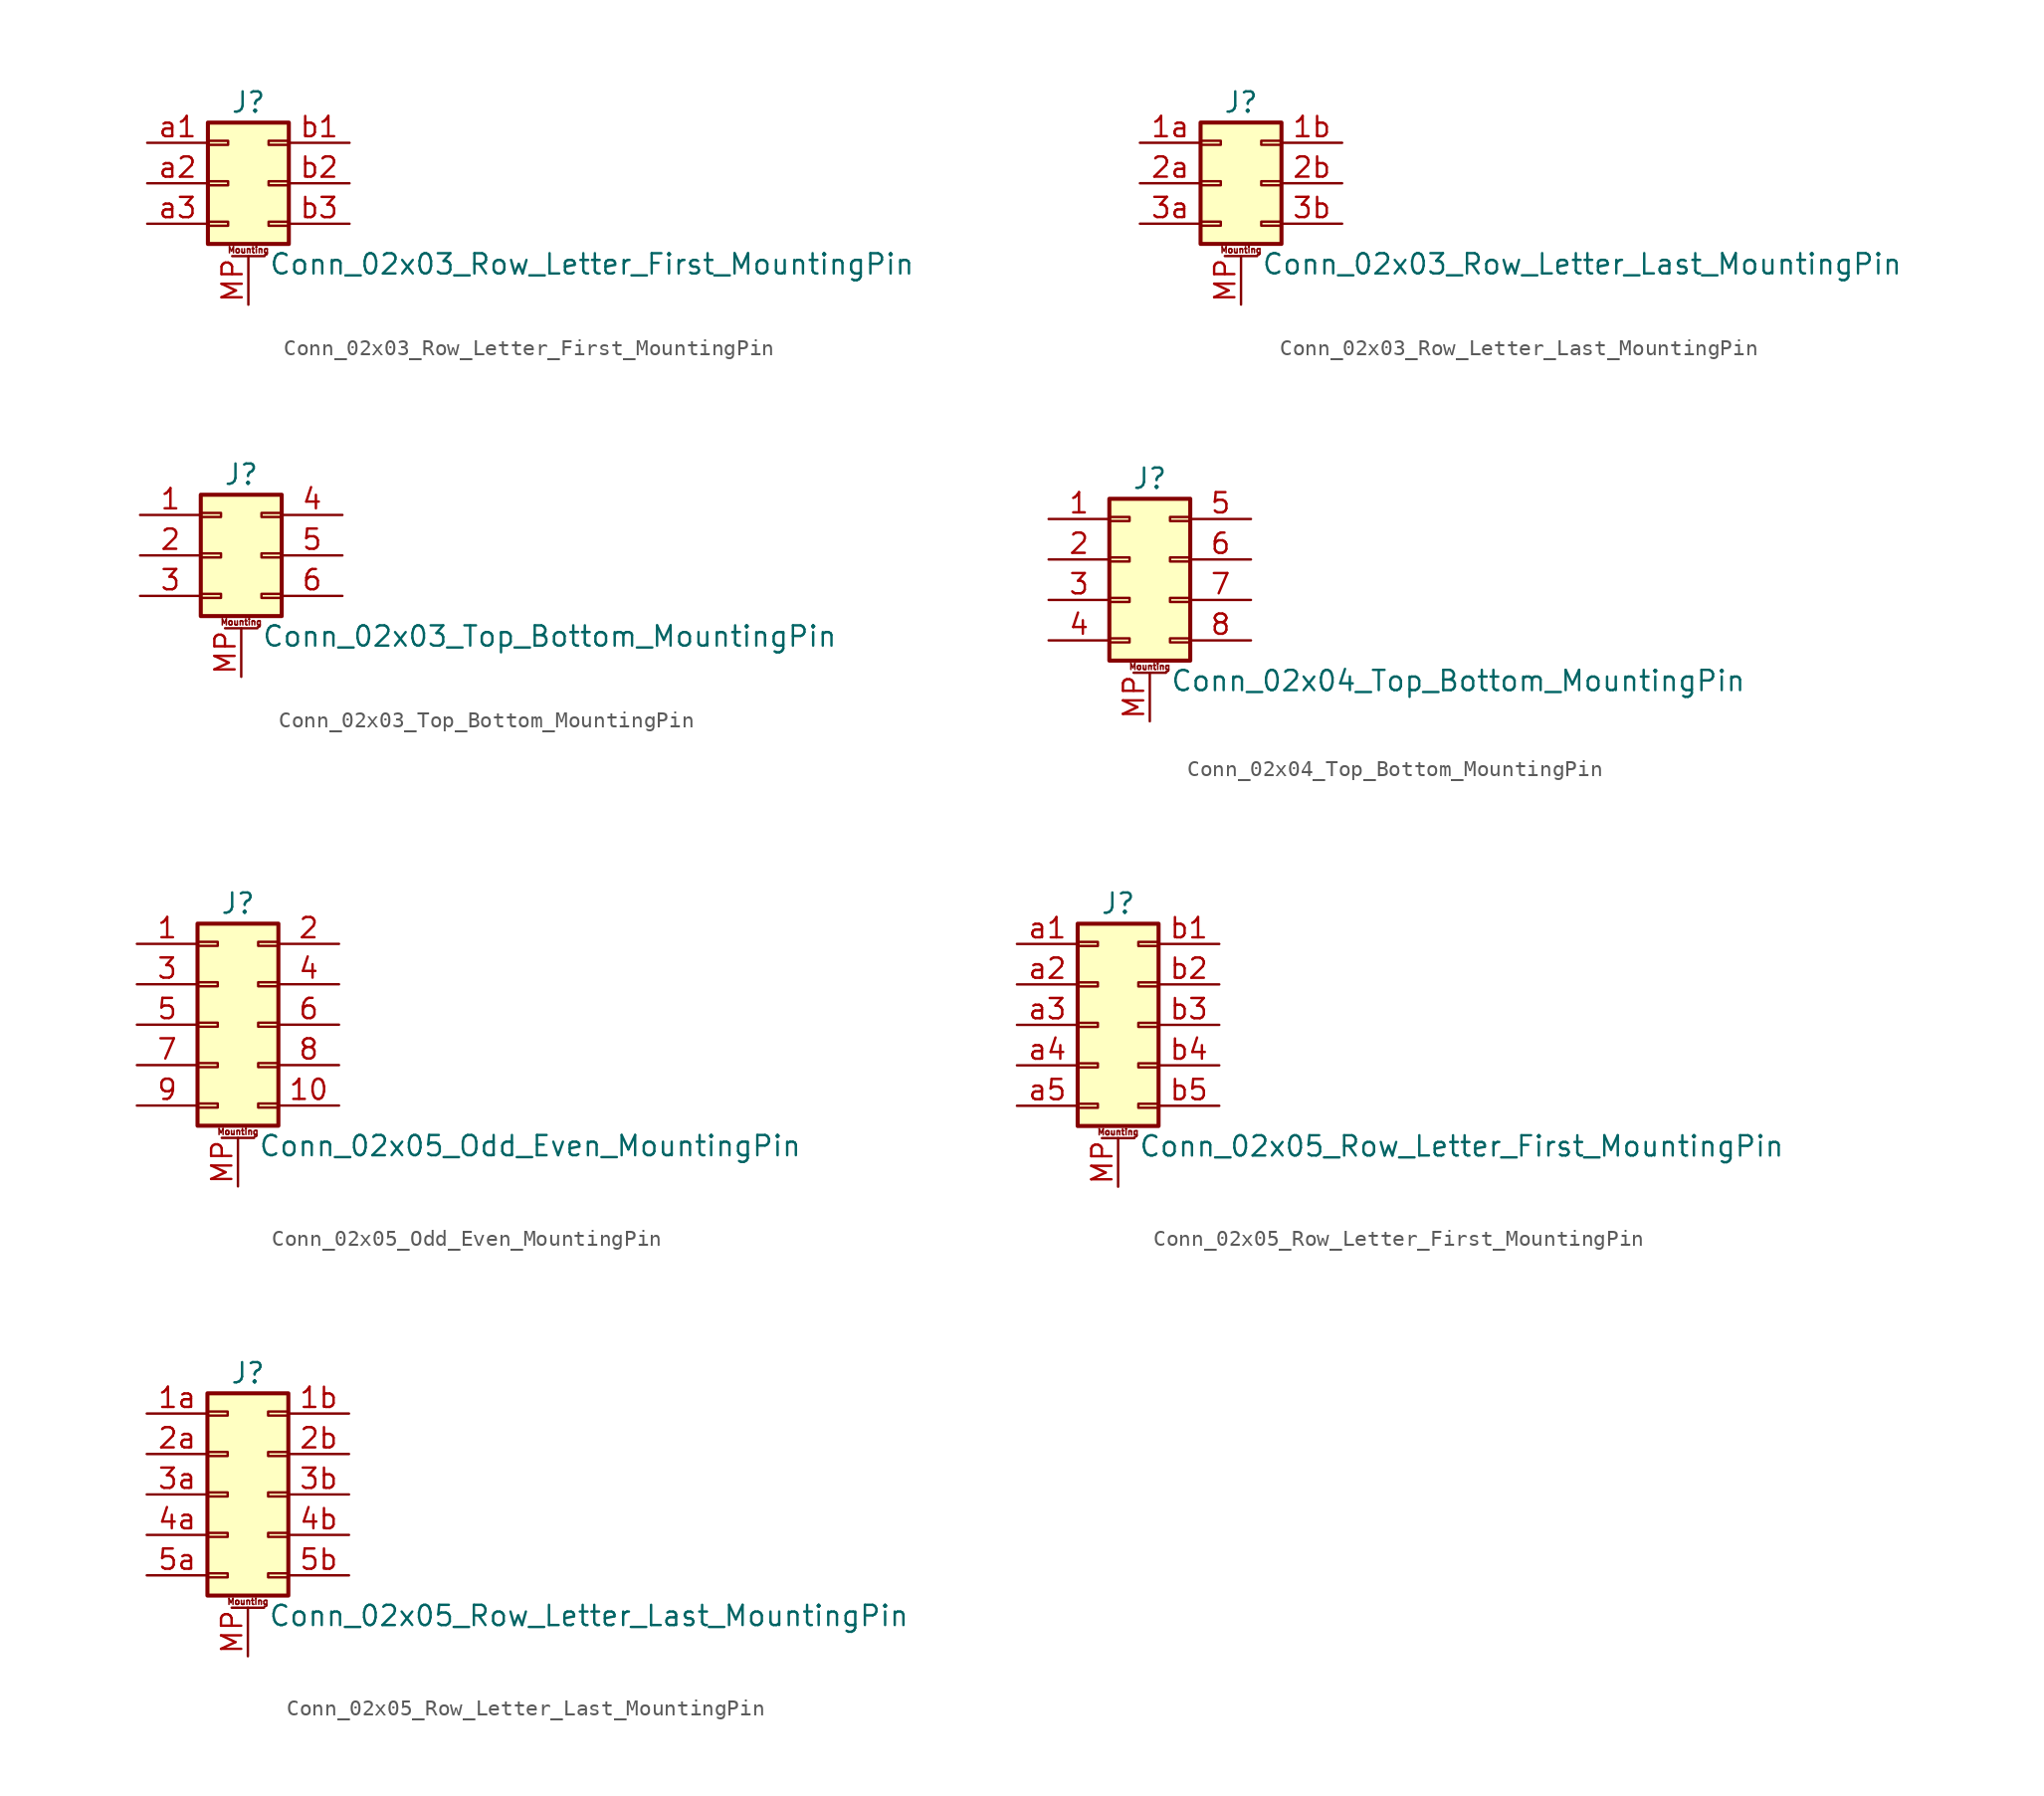
<source format=kicad_sym>
(kicad_symbol_lib
  (version 20201005)
  (generator kicad_symbol_editor)
  (symbol "Connector_Generic_MountingPin:Conn_02x03_Row_Letter_First_MountingPin"
    (pin_names
      (offset 1.016) hide)
    (property "Reference" "J"
      (at 1.27 5.08 0)
      (effects (font (size 1.27 1.27))))
    (property "Value" "Conn_02x03_Row_Letter_First_MountingPin"
      (at 2.54 -5.08 0)
      (effects (font (size 1.27 1.27)) (justify left)))
    (symbol "Conn_02x03_Row_Letter_First_MountingPin_1_1"
      (text "Mounting" (at 1.27 -4.191 0) (effects (font (size 0.381 0.381))))
      (rectangle (start -1.27 -2.413) (end 0 -2.667) (stroke (width 0.152)) (fill (type none)))
      (rectangle (start -1.27 2.667) (end 0 2.413) (stroke (width 0.152)) (fill (type none)))
      (rectangle (start -1.27 3.81) (end 3.81 -3.81) (stroke (width 0.254)) (fill (type background)))
      (rectangle (start -1.27 0.127) (end 0 -0.127) (stroke (width 0.152)) (fill (type none)))
      (rectangle (start 3.81 -2.413) (end 2.54 -2.667) (stroke (width 0.152)) (fill (type none)))
      (rectangle (start 3.81 2.667) (end 2.54 2.413) (stroke (width 0.152)) (fill (type none)))
      (rectangle (start 3.81 0.127) (end 2.54 -0.127) (stroke (width 0.152)) (fill (type none)))
      (polyline (pts (xy 0.254 -4.572) (xy 2.286 -4.572)) (stroke (width 0.152)) (fill (type none)))
      (pin passive line (at 1.27 -7.62 90) (length 3.048) (name "MountPin" (effects (font (size 1.27 1.27)))) (number "MP" (effects (font (size 1.27 1.27)))))
      (pin passive line (at -5.08 2.54 0) (length 3.81) (name "Pin_a1" (effects (font (size 1.27 1.27)))) (number "a1" (effects (font (size 1.27 1.27)))))
      (pin passive line (at -5.08 0 0) (length 3.81) (name "Pin_a2" (effects (font (size 1.27 1.27)))) (number "a2" (effects (font (size 1.27 1.27)))))
      (pin passive line (at -5.08 -2.54 0) (length 3.81) (name "Pin_a3" (effects (font (size 1.27 1.27)))) (number "a3" (effects (font (size 1.27 1.27)))))
      (pin passive line (at 7.62 2.54 180) (length 3.81) (name "Pin_b1" (effects (font (size 1.27 1.27)))) (number "b1" (effects (font (size 1.27 1.27)))))
      (pin passive line (at 7.62 0 180) (length 3.81) (name "Pin_b2" (effects (font (size 1.27 1.27)))) (number "b2" (effects (font (size 1.27 1.27)))))
      (pin passive line (at 7.62 -2.54 180) (length 3.81) (name "Pin_b3" (effects (font (size 1.27 1.27)))) (number "b3" (effects (font (size 1.27 1.27)))))))
  (symbol "Connector_Generic_MountingPin:Conn_02x03_Row_Letter_Last_MountingPin"
    (pin_names
      (offset 1.016) hide)
    (property "Reference" "J"
      (at 1.27 5.08 0)
      (effects (font (size 1.27 1.27))))
    (property "Value" "Conn_02x03_Row_Letter_Last_MountingPin"
      (at 2.54 -5.08 0)
      (effects (font (size 1.27 1.27)) (justify left)))
    (symbol "Conn_02x03_Row_Letter_Last_MountingPin_1_1"
      (text "Mounting" (at 1.27 -4.191 0) (effects (font (size 0.381 0.381))))
      (rectangle (start -1.27 -2.413) (end 0 -2.667) (stroke (width 0.152)) (fill (type none)))
      (rectangle (start -1.27 2.667) (end 0 2.413) (stroke (width 0.152)) (fill (type none)))
      (rectangle (start -1.27 3.81) (end 3.81 -3.81) (stroke (width 0.254)) (fill (type background)))
      (rectangle (start -1.27 0.127) (end 0 -0.127) (stroke (width 0.152)) (fill (type none)))
      (rectangle (start 3.81 -2.413) (end 2.54 -2.667) (stroke (width 0.152)) (fill (type none)))
      (rectangle (start 3.81 2.667) (end 2.54 2.413) (stroke (width 0.152)) (fill (type none)))
      (rectangle (start 3.81 0.127) (end 2.54 -0.127) (stroke (width 0.152)) (fill (type none)))
      (polyline (pts (xy 0.254 -4.572) (xy 2.286 -4.572)) (stroke (width 0.152)) (fill (type none)))
      (pin passive line (at 1.27 -7.62 90) (length 3.048) (name "MountPin" (effects (font (size 1.27 1.27)))) (number "MP" (effects (font (size 1.27 1.27)))))
      (pin passive line (at -5.08 2.54 0) (length 3.81) (name "Pin_1a" (effects (font (size 1.27 1.27)))) (number "1a" (effects (font (size 1.27 1.27)))))
      (pin passive line (at 7.62 2.54 180) (length 3.81) (name "Pin_1b" (effects (font (size 1.27 1.27)))) (number "1b" (effects (font (size 1.27 1.27)))))
      (pin passive line (at -5.08 0 0) (length 3.81) (name "Pin_2a" (effects (font (size 1.27 1.27)))) (number "2a" (effects (font (size 1.27 1.27)))))
      (pin passive line (at 7.62 0 180) (length 3.81) (name "Pin_2b" (effects (font (size 1.27 1.27)))) (number "2b" (effects (font (size 1.27 1.27)))))
      (pin passive line (at -5.08 -2.54 0) (length 3.81) (name "Pin_3a" (effects (font (size 1.27 1.27)))) (number "3a" (effects (font (size 1.27 1.27)))))
      (pin passive line (at 7.62 -2.54 180) (length 3.81) (name "Pin_3b" (effects (font (size 1.27 1.27)))) (number "3b" (effects (font (size 1.27 1.27)))))))
  (symbol "Connector_Generic_MountingPin:Conn_02x03_Top_Bottom_MountingPin"
    (pin_names
      (offset 1.016) hide)
    (property "Reference" "J"
      (at 1.27 5.08 0)
      (effects (font (size 1.27 1.27))))
    (property "Value" "Conn_02x03_Top_Bottom_MountingPin"
      (at 2.54 -5.08 0)
      (effects (font (size 1.27 1.27)) (justify left)))
    (symbol "Conn_02x03_Top_Bottom_MountingPin_1_1"
      (text "Mounting" (at 1.27 -4.191 0) (effects (font (size 0.381 0.381))))
      (rectangle (start -1.27 -2.413) (end 0 -2.667) (stroke (width 0.152)) (fill (type none)))
      (rectangle (start -1.27 2.667) (end 0 2.413) (stroke (width 0.152)) (fill (type none)))
      (rectangle (start -1.27 3.81) (end 3.81 -3.81) (stroke (width 0.254)) (fill (type background)))
      (rectangle (start -1.27 0.127) (end 0 -0.127) (stroke (width 0.152)) (fill (type none)))
      (rectangle (start 3.81 -2.413) (end 2.54 -2.667) (stroke (width 0.152)) (fill (type none)))
      (rectangle (start 3.81 2.667) (end 2.54 2.413) (stroke (width 0.152)) (fill (type none)))
      (rectangle (start 3.81 0.127) (end 2.54 -0.127) (stroke (width 0.152)) (fill (type none)))
      (polyline (pts (xy 0.254 -4.572) (xy 2.286 -4.572)) (stroke (width 0.152)) (fill (type none)))
      (pin passive line (at 1.27 -7.62 90) (length 3.048) (name "MountPin" (effects (font (size 1.27 1.27)))) (number "MP" (effects (font (size 1.27 1.27)))))
      (pin passive line (at -5.08 2.54 0) (length 3.81) (name "Pin_1" (effects (font (size 1.27 1.27)))) (number "1" (effects (font (size 1.27 1.27)))))
      (pin passive line (at -5.08 0 0) (length 3.81) (name "Pin_2" (effects (font (size 1.27 1.27)))) (number "2" (effects (font (size 1.27 1.27)))))
      (pin passive line (at -5.08 -2.54 0) (length 3.81) (name "Pin_3" (effects (font (size 1.27 1.27)))) (number "3" (effects (font (size 1.27 1.27)))))
      (pin passive line (at 7.62 2.54 180) (length 3.81) (name "Pin_4" (effects (font (size 1.27 1.27)))) (number "4" (effects (font (size 1.27 1.27)))))
      (pin passive line (at 7.62 0 180) (length 3.81) (name "Pin_5" (effects (font (size 1.27 1.27)))) (number "5" (effects (font (size 1.27 1.27)))))
      (pin passive line (at 7.62 -2.54 180) (length 3.81) (name "Pin_6" (effects (font (size 1.27 1.27)))) (number "6" (effects (font (size 1.27 1.27)))))))
  (symbol "Connector_Generic_MountingPin:Conn_02x04_Top_Bottom_MountingPin"
    (pin_names
      (offset 1.016) hide)
    (property "Reference" "J"
      (at 1.27 5.08 0)
      (effects (font (size 1.27 1.27))))
    (property "Value" "Conn_02x04_Top_Bottom_MountingPin"
      (at 2.54 -7.62 0)
      (effects (font (size 1.27 1.27)) (justify left)))
    (symbol "Conn_02x04_Top_Bottom_MountingPin_1_1"
      (text "Mounting" (at 1.27 -6.731 0) (effects (font (size 0.381 0.381))))
      (rectangle (start -1.27 -4.953) (end 0 -5.207) (stroke (width 0.152)) (fill (type none)))
      (rectangle (start -1.27 -2.413) (end 0 -2.667) (stroke (width 0.152)) (fill (type none)))
      (rectangle (start -1.27 2.667) (end 0 2.413) (stroke (width 0.152)) (fill (type none)))
      (rectangle (start -1.27 3.81) (end 3.81 -6.35) (stroke (width 0.254)) (fill (type background)))
      (rectangle (start -1.27 0.127) (end 0 -0.127) (stroke (width 0.152)) (fill (type none)))
      (rectangle (start 3.81 -4.953) (end 2.54 -5.207) (stroke (width 0.152)) (fill (type none)))
      (rectangle (start 3.81 -2.413) (end 2.54 -2.667) (stroke (width 0.152)) (fill (type none)))
      (rectangle (start 3.81 2.667) (end 2.54 2.413) (stroke (width 0.152)) (fill (type none)))
      (rectangle (start 3.81 0.127) (end 2.54 -0.127) (stroke (width 0.152)) (fill (type none)))
      (polyline (pts (xy 0.254 -7.112) (xy 2.286 -7.112)) (stroke (width 0.152)) (fill (type none)))
      (pin passive line (at 1.27 -10.16 90) (length 3.048) (name "MountPin" (effects (font (size 1.27 1.27)))) (number "MP" (effects (font (size 1.27 1.27)))))
      (pin passive line (at -5.08 2.54 0) (length 3.81) (name "Pin_1" (effects (font (size 1.27 1.27)))) (number "1" (effects (font (size 1.27 1.27)))))
      (pin passive line (at -5.08 0 0) (length 3.81) (name "Pin_2" (effects (font (size 1.27 1.27)))) (number "2" (effects (font (size 1.27 1.27)))))
      (pin passive line (at -5.08 -2.54 0) (length 3.81) (name "Pin_3" (effects (font (size 1.27 1.27)))) (number "3" (effects (font (size 1.27 1.27)))))
      (pin passive line (at -5.08 -5.08 0) (length 3.81) (name "Pin_4" (effects (font (size 1.27 1.27)))) (number "4" (effects (font (size 1.27 1.27)))))
      (pin passive line (at 7.62 2.54 180) (length 3.81) (name "Pin_5" (effects (font (size 1.27 1.27)))) (number "5" (effects (font (size 1.27 1.27)))))
      (pin passive line (at 7.62 0 180) (length 3.81) (name "Pin_6" (effects (font (size 1.27 1.27)))) (number "6" (effects (font (size 1.27 1.27)))))
      (pin passive line (at 7.62 -2.54 180) (length 3.81) (name "Pin_7" (effects (font (size 1.27 1.27)))) (number "7" (effects (font (size 1.27 1.27)))))
      (pin passive line (at 7.62 -5.08 180) (length 3.81) (name "Pin_8" (effects (font (size 1.27 1.27)))) (number "8" (effects (font (size 1.27 1.27)))))))
  (symbol "Connector_Generic_MountingPin:Conn_02x05_Odd_Even_MountingPin"
    (pin_names
      (offset 1.016) hide)
    (property "Reference" "J"
      (at 1.27 7.62 0)
      (effects (font (size 1.27 1.27))))
    (property "Value" "Conn_02x05_Odd_Even_MountingPin"
      (at 2.54 -7.62 0)
      (effects (font (size 1.27 1.27)) (justify left)))
    (symbol "Conn_02x05_Odd_Even_MountingPin_1_1"
      (text "Mounting" (at 1.27 -6.731 0) (effects (font (size 0.381 0.381))))
      (rectangle (start -1.27 -4.953) (end 0 -5.207) (stroke (width 0.152)) (fill (type none)))
      (rectangle (start -1.27 -2.413) (end 0 -2.667) (stroke (width 0.152)) (fill (type none)))
      (rectangle (start -1.27 2.667) (end 0 2.413) (stroke (width 0.152)) (fill (type none)))
      (rectangle (start -1.27 5.207) (end 0 4.953) (stroke (width 0.152)) (fill (type none)))
      (rectangle (start -1.27 6.35) (end 3.81 -6.35) (stroke (width 0.254)) (fill (type background)))
      (rectangle (start -1.27 0.127) (end 0 -0.127) (stroke (width 0.152)) (fill (type none)))
      (rectangle (start 3.81 -4.953) (end 2.54 -5.207) (stroke (width 0.152)) (fill (type none)))
      (rectangle (start 3.81 -2.413) (end 2.54 -2.667) (stroke (width 0.152)) (fill (type none)))
      (rectangle (start 3.81 2.667) (end 2.54 2.413) (stroke (width 0.152)) (fill (type none)))
      (rectangle (start 3.81 5.207) (end 2.54 4.953) (stroke (width 0.152)) (fill (type none)))
      (rectangle (start 3.81 0.127) (end 2.54 -0.127) (stroke (width 0.152)) (fill (type none)))
      (polyline (pts (xy 0.254 -7.112) (xy 2.286 -7.112)) (stroke (width 0.152)) (fill (type none)))
      (pin passive line (at 1.27 -10.16 90) (length 3.048) (name "MountPin" (effects (font (size 1.27 1.27)))) (number "MP" (effects (font (size 1.27 1.27)))))
      (pin passive line (at -5.08 5.08 0) (length 3.81) (name "Pin_1" (effects (font (size 1.27 1.27)))) (number "1" (effects (font (size 1.27 1.27)))))
      (pin passive line (at 7.62 -5.08 180) (length 3.81) (name "Pin_10" (effects (font (size 1.27 1.27)))) (number "10" (effects (font (size 1.27 1.27)))))
      (pin passive line (at 7.62 5.08 180) (length 3.81) (name "Pin_2" (effects (font (size 1.27 1.27)))) (number "2" (effects (font (size 1.27 1.27)))))
      (pin passive line (at -5.08 2.54 0) (length 3.81) (name "Pin_3" (effects (font (size 1.27 1.27)))) (number "3" (effects (font (size 1.27 1.27)))))
      (pin passive line (at 7.62 2.54 180) (length 3.81) (name "Pin_4" (effects (font (size 1.27 1.27)))) (number "4" (effects (font (size 1.27 1.27)))))
      (pin passive line (at -5.08 0 0) (length 3.81) (name "Pin_5" (effects (font (size 1.27 1.27)))) (number "5" (effects (font (size 1.27 1.27)))))
      (pin passive line (at 7.62 0 180) (length 3.81) (name "Pin_6" (effects (font (size 1.27 1.27)))) (number "6" (effects (font (size 1.27 1.27)))))
      (pin passive line (at -5.08 -2.54 0) (length 3.81) (name "Pin_7" (effects (font (size 1.27 1.27)))) (number "7" (effects (font (size 1.27 1.27)))))
      (pin passive line (at 7.62 -2.54 180) (length 3.81) (name "Pin_8" (effects (font (size 1.27 1.27)))) (number "8" (effects (font (size 1.27 1.27)))))
      (pin passive line (at -5.08 -5.08 0) (length 3.81) (name "Pin_9" (effects (font (size 1.27 1.27)))) (number "9" (effects (font (size 1.27 1.27)))))))
  (symbol "Connector_Generic_MountingPin:Conn_02x05_Row_Letter_First_MountingPin"
    (pin_names
      (offset 1.016) hide)
    (property "Reference" "J"
      (at 1.27 7.62 0)
      (effects (font (size 1.27 1.27))))
    (property "Value" "Conn_02x05_Row_Letter_First_MountingPin"
      (at 2.54 -7.62 0)
      (effects (font (size 1.27 1.27)) (justify left)))
    (symbol "Conn_02x05_Row_Letter_First_MountingPin_1_1"
      (text "Mounting" (at 1.27 -6.731 0) (effects (font (size 0.381 0.381))))
      (rectangle (start -1.27 -4.953) (end 0 -5.207) (stroke (width 0.152)) (fill (type none)))
      (rectangle (start -1.27 -2.413) (end 0 -2.667) (stroke (width 0.152)) (fill (type none)))
      (rectangle (start -1.27 2.667) (end 0 2.413) (stroke (width 0.152)) (fill (type none)))
      (rectangle (start -1.27 5.207) (end 0 4.953) (stroke (width 0.152)) (fill (type none)))
      (rectangle (start -1.27 6.35) (end 3.81 -6.35) (stroke (width 0.254)) (fill (type background)))
      (rectangle (start -1.27 0.127) (end 0 -0.127) (stroke (width 0.152)) (fill (type none)))
      (rectangle (start 3.81 -4.953) (end 2.54 -5.207) (stroke (width 0.152)) (fill (type none)))
      (rectangle (start 3.81 -2.413) (end 2.54 -2.667) (stroke (width 0.152)) (fill (type none)))
      (rectangle (start 3.81 2.667) (end 2.54 2.413) (stroke (width 0.152)) (fill (type none)))
      (rectangle (start 3.81 5.207) (end 2.54 4.953) (stroke (width 0.152)) (fill (type none)))
      (rectangle (start 3.81 0.127) (end 2.54 -0.127) (stroke (width 0.152)) (fill (type none)))
      (polyline (pts (xy 0.254 -7.112) (xy 2.286 -7.112)) (stroke (width 0.152)) (fill (type none)))
      (pin passive line (at 1.27 -10.16 90) (length 3.048) (name "MountPin" (effects (font (size 1.27 1.27)))) (number "MP" (effects (font (size 1.27 1.27)))))
      (pin passive line (at -5.08 5.08 0) (length 3.81) (name "Pin_a1" (effects (font (size 1.27 1.27)))) (number "a1" (effects (font (size 1.27 1.27)))))
      (pin passive line (at -5.08 2.54 0) (length 3.81) (name "Pin_a2" (effects (font (size 1.27 1.27)))) (number "a2" (effects (font (size 1.27 1.27)))))
      (pin passive line (at -5.08 0 0) (length 3.81) (name "Pin_a3" (effects (font (size 1.27 1.27)))) (number "a3" (effects (font (size 1.27 1.27)))))
      (pin passive line (at -5.08 -2.54 0) (length 3.81) (name "Pin_a4" (effects (font (size 1.27 1.27)))) (number "a4" (effects (font (size 1.27 1.27)))))
      (pin passive line (at -5.08 -5.08 0) (length 3.81) (name "Pin_a5" (effects (font (size 1.27 1.27)))) (number "a5" (effects (font (size 1.27 1.27)))))
      (pin passive line (at 7.62 5.08 180) (length 3.81) (name "Pin_b1" (effects (font (size 1.27 1.27)))) (number "b1" (effects (font (size 1.27 1.27)))))
      (pin passive line (at 7.62 2.54 180) (length 3.81) (name "Pin_b2" (effects (font (size 1.27 1.27)))) (number "b2" (effects (font (size 1.27 1.27)))))
      (pin passive line (at 7.62 0 180) (length 3.81) (name "Pin_b3" (effects (font (size 1.27 1.27)))) (number "b3" (effects (font (size 1.27 1.27)))))
      (pin passive line (at 7.62 -2.54 180) (length 3.81) (name "Pin_b4" (effects (font (size 1.27 1.27)))) (number "b4" (effects (font (size 1.27 1.27)))))
      (pin passive line (at 7.62 -5.08 180) (length 3.81) (name "Pin_b5" (effects (font (size 1.27 1.27)))) (number "b5" (effects (font (size 1.27 1.27)))))))
  (symbol "Connector_Generic_MountingPin:Conn_02x05_Row_Letter_Last_MountingPin"
    (pin_names
      (offset 1.016) hide)
    (property "Reference" "J"
      (at 1.27 7.62 0)
      (effects (font (size 1.27 1.27))))
    (property "Value" "Conn_02x05_Row_Letter_Last_MountingPin"
      (at 2.54 -7.62 0)
      (effects (font (size 1.27 1.27)) (justify left)))
    (symbol "Conn_02x05_Row_Letter_Last_MountingPin_1_1"
      (text "Mounting" (at 1.27 -6.731 0) (effects (font (size 0.381 0.381))))
      (rectangle (start -1.27 -4.953) (end 0 -5.207) (stroke (width 0.152)) (fill (type none)))
      (rectangle (start -1.27 -2.413) (end 0 -2.667) (stroke (width 0.152)) (fill (type none)))
      (rectangle (start -1.27 2.667) (end 0 2.413) (stroke (width 0.152)) (fill (type none)))
      (rectangle (start -1.27 5.207) (end 0 4.953) (stroke (width 0.152)) (fill (type none)))
      (rectangle (start -1.27 6.35) (end 3.81 -6.35) (stroke (width 0.254)) (fill (type background)))
      (rectangle (start -1.27 0.127) (end 0 -0.127) (stroke (width 0.152)) (fill (type none)))
      (rectangle (start 3.81 -4.953) (end 2.54 -5.207) (stroke (width 0.152)) (fill (type none)))
      (rectangle (start 3.81 -2.413) (end 2.54 -2.667) (stroke (width 0.152)) (fill (type none)))
      (rectangle (start 3.81 2.667) (end 2.54 2.413) (stroke (width 0.152)) (fill (type none)))
      (rectangle (start 3.81 5.207) (end 2.54 4.953) (stroke (width 0.152)) (fill (type none)))
      (rectangle (start 3.81 0.127) (end 2.54 -0.127) (stroke (width 0.152)) (fill (type none)))
      (polyline (pts (xy 0.254 -7.112) (xy 2.286 -7.112)) (stroke (width 0.152)) (fill (type none)))
      (pin passive line (at 1.27 -10.16 90) (length 3.048) (name "MountPin" (effects (font (size 1.27 1.27)))) (number "MP" (effects (font (size 1.27 1.27)))))
      (pin passive line (at -5.08 5.08 0) (length 3.81) (name "Pin_1a" (effects (font (size 1.27 1.27)))) (number "1a" (effects (font (size 1.27 1.27)))))
      (pin passive line (at 7.62 5.08 180) (length 3.81) (name "Pin_1b" (effects (font (size 1.27 1.27)))) (number "1b" (effects (font (size 1.27 1.27)))))
      (pin passive line (at -5.08 2.54 0) (length 3.81) (name "Pin_2a" (effects (font (size 1.27 1.27)))) (number "2a" (effects (font (size 1.27 1.27)))))
      (pin passive line (at 7.62 2.54 180) (length 3.81) (name "Pin_2b" (effects (font (size 1.27 1.27)))) (number "2b" (effects (font (size 1.27 1.27)))))
      (pin passive line (at -5.08 0 0) (length 3.81) (name "Pin_3a" (effects (font (size 1.27 1.27)))) (number "3a" (effects (font (size 1.27 1.27)))))
      (pin passive line (at 7.62 0 180) (length 3.81) (name "Pin_3b" (effects (font (size 1.27 1.27)))) (number "3b" (effects (font (size 1.27 1.27)))))
      (pin passive line (at -5.08 -2.54 0) (length 3.81) (name "Pin_4a" (effects (font (size 1.27 1.27)))) (number "4a" (effects (font (size 1.27 1.27)))))
      (pin passive line (at 7.62 -2.54 180) (length 3.81) (name "Pin_4b" (effects (font (size 1.27 1.27)))) (number "4b" (effects (font (size 1.27 1.27)))))
      (pin passive line (at -5.08 -5.08 0) (length 3.81) (name "Pin_5a" (effects (font (size 1.27 1.27)))) (number "5a" (effects (font (size 1.27 1.27)))))
      (pin passive line (at 7.62 -5.08 180) (length 3.81) (name "Pin_5b" (effects (font (size 1.27 1.27)))) (number "5b" (effects (font (size 1.27 1.27))))))))
</source>
